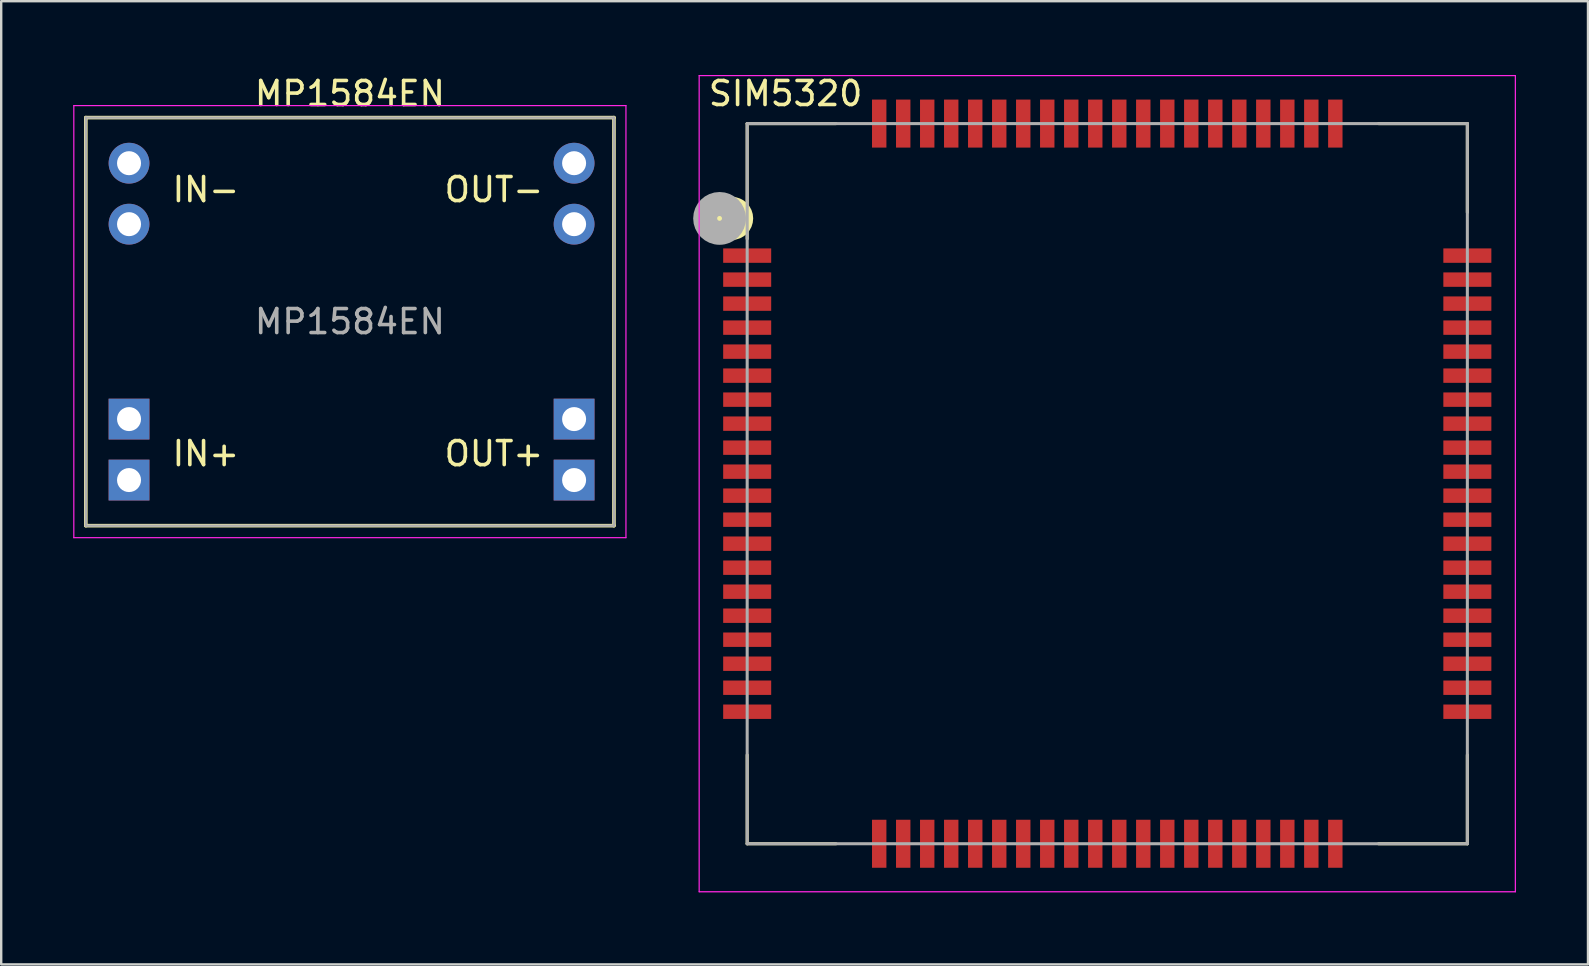
<source format=kicad_pcb>
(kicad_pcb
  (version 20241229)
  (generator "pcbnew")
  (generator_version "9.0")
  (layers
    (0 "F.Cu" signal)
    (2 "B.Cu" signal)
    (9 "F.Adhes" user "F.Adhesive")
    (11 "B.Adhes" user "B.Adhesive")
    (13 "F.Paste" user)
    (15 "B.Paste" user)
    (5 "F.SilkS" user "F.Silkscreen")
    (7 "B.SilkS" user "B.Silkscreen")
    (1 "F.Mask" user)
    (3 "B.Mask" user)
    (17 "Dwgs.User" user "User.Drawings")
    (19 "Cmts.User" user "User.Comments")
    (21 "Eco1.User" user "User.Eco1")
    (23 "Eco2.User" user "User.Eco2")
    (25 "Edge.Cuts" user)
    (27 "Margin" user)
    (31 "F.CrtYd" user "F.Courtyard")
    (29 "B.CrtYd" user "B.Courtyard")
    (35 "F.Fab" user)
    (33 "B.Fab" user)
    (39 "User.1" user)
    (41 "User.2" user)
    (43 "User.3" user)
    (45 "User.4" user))
  (footprint "SIM5320"
    (layer "F.Cu")
    (at 43.075 17.098)
    (property "Reference" "SIM5320" (at -13.4 -16.25 0) (layer "F.SilkS") (effects (font (size 1 1) (thickness 0.15))))
    (attr smd)
    (fp_line (start -15 -15) (end -11.3 -15) (stroke (width 0.127) (type solid)) (layer "F.SilkS"))
    (fp_line (start -15 -10.2) (end -15 -15) (stroke (width 0.127) (type solid)) (layer "F.SilkS"))
    (fp_line (start -15 15) (end -15 11.3) (stroke (width 0.127) (type solid)) (layer "F.SilkS"))
    (fp_line (start -11.3 15) (end -15 15) (stroke (width 0.127) (type solid)) (layer "F.SilkS"))
    (fp_line (start 11.3 -15) (end 15 -15) (stroke (width 0.127) (type solid)) (layer "F.SilkS"))
    (fp_line (start 15 -15) (end 15 -11.3) (stroke (width 0.127) (type solid)) (layer "F.SilkS"))
    (fp_line (start 15 11.3) (end 15 15) (stroke (width 0.127) (type solid)) (layer "F.SilkS"))
    (fp_line (start 15 15) (end 11.3 15) (stroke (width 0.127) (type solid)) (layer "F.SilkS"))
    (fp_circle (center -15.65 -11.05) (end -15.55 -11.05) (stroke (width 0.8) (type solid)) (fill no) (layer "F.SilkS"))
    (fp_line (start -17 -17) (end 17 -17) (stroke (width 0.05) (type solid)) (layer "F.CrtYd"))
    (fp_line (start -17 17) (end -17 -17) (stroke (width 0.05) (type solid)) (layer "F.CrtYd"))
    (fp_line (start 17 -17) (end 17 17) (stroke (width 0.05) (type solid)) (layer "F.CrtYd"))
    (fp_line (start 17 17) (end -17 17) (stroke (width 0.05) (type solid)) (layer "F.CrtYd"))
    (fp_line (start -15 -15) (end 15 -15) (stroke (width 0.127) (type solid)) (layer "F.Fab"))
    (fp_line (start -15 15) (end -15 -15) (stroke (width 0.127) (type solid)) (layer "F.Fab"))
    (fp_line (start 15 -15) (end 15 15) (stroke (width 0.127) (type solid)) (layer "F.Fab"))
    (fp_line (start 15 15) (end -15 15) (stroke (width 0.127) (type solid)) (layer "F.Fab"))
    (fp_circle (center -16.15 -11.05) (end -16.05 -11.05) (stroke (width 1) (type solid)) (fill no) (layer "F.Fab"))
    (pad "1" smd rect (at -15 -9.5) (size 2 0.6) (layers "F.Cu" "F.Mask" "F.Paste"))
    (pad "2" smd rect (at -15 -8.5) (size 2 0.6) (layers "F.Cu" "F.Mask" "F.Paste"))
    (pad "3" smd rect (at -15 -7.5) (size 2 0.6) (layers "F.Cu" "F.Mask" "F.Paste"))
    (pad "4" smd rect (at -15 -6.5) (size 2 0.6) (layers "F.Cu" "F.Mask" "F.Paste"))
    (pad "5" smd rect (at -15 -5.5) (size 2 0.6) (layers "F.Cu" "F.Mask" "F.Paste"))
    (pad "6" smd rect (at -15 -4.5) (size 2 0.6) (layers "F.Cu" "F.Mask" "F.Paste"))
    (pad "7" smd rect (at -15 -3.5) (size 2 0.6) (layers "F.Cu" "F.Mask" "F.Paste"))
    (pad "8" smd rect (at -15 -2.5) (size 2 0.6) (layers "F.Cu" "F.Mask" "F.Paste"))
    (pad "9" smd rect (at -15 -1.5) (size 2 0.6) (layers "F.Cu" "F.Mask" "F.Paste"))
    (pad "10" smd rect (at -15 -0.5) (size 2 0.6) (layers "F.Cu" "F.Mask" "F.Paste"))
    (pad "11" smd rect (at -15 0.5) (size 2 0.6) (layers "F.Cu" "F.Mask" "F.Paste"))
    (pad "12" smd rect (at -15 1.5) (size 2 0.6) (layers "F.Cu" "F.Mask" "F.Paste"))
    (pad "13" smd rect (at -15 2.5) (size 2 0.6) (layers "F.Cu" "F.Mask" "F.Paste"))
    (pad "14" smd rect (at -15 3.5) (size 2 0.6) (layers "F.Cu" "F.Mask" "F.Paste"))
    (pad "15" smd rect (at -15 4.5) (size 2 0.6) (layers "F.Cu" "F.Mask" "F.Paste"))
    (pad "16" smd rect (at -15 5.5) (size 2 0.6) (layers "F.Cu" "F.Mask" "F.Paste"))
    (pad "17" smd rect (at -15 6.5) (size 2 0.6) (layers "F.Cu" "F.Mask" "F.Paste"))
    (pad "18" smd rect (at -15 7.5) (size 2 0.6) (layers "F.Cu" "F.Mask" "F.Paste"))
    (pad "19" smd rect (at -15 8.5) (size 2 0.6) (layers "F.Cu" "F.Mask" "F.Paste"))
    (pad "20" smd rect (at -15 9.5) (size 2 0.6) (layers "F.Cu" "F.Mask" "F.Paste"))
    (pad "21" smd rect (at -9.5 15) (size 0.6 2) (layers "F.Cu" "F.Mask" "F.Paste"))
    (pad "22" smd rect (at -8.5 15) (size 0.6 2) (layers "F.Cu" "F.Mask" "F.Paste"))
    (pad "23" smd rect (at -7.5 15) (size 0.6 2) (layers "F.Cu" "F.Mask" "F.Paste"))
    (pad "24" smd rect (at -6.5 15) (size 0.6 2) (layers "F.Cu" "F.Mask" "F.Paste"))
    (pad "25" smd rect (at -5.5 15) (size 0.6 2) (layers "F.Cu" "F.Mask" "F.Paste"))
    (pad "26" smd rect (at -4.5 15) (size 0.6 2) (layers "F.Cu" "F.Mask" "F.Paste"))
    (pad "27" smd rect (at -3.5 15) (size 0.6 2) (layers "F.Cu" "F.Mask" "F.Paste"))
    (pad "28" smd rect (at -2.5 15) (size 0.6 2) (layers "F.Cu" "F.Mask" "F.Paste"))
    (pad "29" smd rect (at -1.5 15) (size 0.6 2) (layers "F.Cu" "F.Mask" "F.Paste"))
    (pad "30" smd rect (at -0.5 15) (size 0.6 2) (layers "F.Cu" "F.Mask" "F.Paste"))
    (pad "31" smd rect (at 0.5 15) (size 0.6 2) (layers "F.Cu" "F.Mask" "F.Paste"))
    (pad "32" smd rect (at 1.5 15) (size 0.6 2) (layers "F.Cu" "F.Mask" "F.Paste"))
    (pad "33" smd rect (at 2.5 15) (size 0.6 2) (layers "F.Cu" "F.Mask" "F.Paste"))
    (pad "34" smd rect (at 3.5 15) (size 0.6 2) (layers "F.Cu" "F.Mask" "F.Paste"))
    (pad "35" smd rect (at 4.5 15) (size 0.6 2) (layers "F.Cu" "F.Mask" "F.Paste"))
    (pad "36" smd rect (at 5.5 15) (size 0.6 2) (layers "F.Cu" "F.Mask" "F.Paste"))
    (pad "37" smd rect (at 6.5 15) (size 0.6 2) (layers "F.Cu" "F.Mask" "F.Paste"))
    (pad "38" smd rect (at 7.5 15) (size 0.6 2) (layers "F.Cu" "F.Mask" "F.Paste"))
    (pad "39" smd rect (at 8.5 15) (size 0.6 2) (layers "F.Cu" "F.Mask" "F.Paste"))
    (pad "40" smd rect (at 9.5 15) (size 0.6 2) (layers "F.Cu" "F.Mask" "F.Paste"))
    (pad "41" smd rect (at 15 9.5) (size 2 0.6) (layers "F.Cu" "F.Mask" "F.Paste"))
    (pad "42" smd rect (at 15 8.5) (size 2 0.6) (layers "F.Cu" "F.Mask" "F.Paste"))
    (pad "43" smd rect (at 15 7.5) (size 2 0.6) (layers "F.Cu" "F.Mask" "F.Paste"))
    (pad "44" smd rect (at 15 6.5) (size 2 0.6) (layers "F.Cu" "F.Mask" "F.Paste"))
    (pad "45" smd rect (at 15 5.5) (size 2 0.6) (layers "F.Cu" "F.Mask" "F.Paste"))
    (pad "46" smd rect (at 15 4.5) (size 2 0.6) (layers "F.Cu" "F.Mask" "F.Paste"))
    (pad "47" smd rect (at 15 3.5) (size 2 0.6) (layers "F.Cu" "F.Mask" "F.Paste"))
    (pad "48" smd rect (at 15 2.5) (size 2 0.6) (layers "F.Cu" "F.Mask" "F.Paste"))
    (pad "49" smd rect (at 15 1.5) (size 2 0.6) (layers "F.Cu" "F.Mask" "F.Paste"))
    (pad "50" smd rect (at 15 0.5) (size 2 0.6) (layers "F.Cu" "F.Mask" "F.Paste"))
    (pad "51" smd rect (at 15 -0.5) (size 2 0.6) (layers "F.Cu" "F.Mask" "F.Paste"))
    (pad "52" smd rect (at 15 -1.5) (size 2 0.6) (layers "F.Cu" "F.Mask" "F.Paste"))
    (pad "53" smd rect (at 15 -2.5) (size 2 0.6) (layers "F.Cu" "F.Mask" "F.Paste"))
    (pad "54" smd rect (at 15 -3.5) (size 2 0.6) (layers "F.Cu" "F.Mask" "F.Paste"))
    (pad "55" smd rect (at 15 -4.5) (size 2 0.6) (layers "F.Cu" "F.Mask" "F.Paste"))
    (pad "56" smd rect (at 15 -5.5) (size 2 0.6) (layers "F.Cu" "F.Mask" "F.Paste"))
    (pad "57" smd rect (at 15 -6.5) (size 2 0.6) (layers "F.Cu" "F.Mask" "F.Paste"))
    (pad "58" smd rect (at 15 -7.5) (size 2 0.6) (layers "F.Cu" "F.Mask" "F.Paste"))
    (pad "59" smd rect (at 15 -8.5) (size 2 0.6) (layers "F.Cu" "F.Mask" "F.Paste"))
    (pad "60" smd rect (at 15 -9.5) (size 2 0.6) (layers "F.Cu" "F.Mask" "F.Paste"))
    (pad "61" smd rect (at 9.5 -15) (size 0.6 2) (layers "F.Cu" "F.Mask" "F.Paste"))
    (pad "62" smd rect (at 8.5 -15) (size 0.6 2) (layers "F.Cu" "F.Mask" "F.Paste"))
    (pad "63" smd rect (at 7.5 -15) (size 0.6 2) (layers "F.Cu" "F.Mask" "F.Paste"))
    (pad "64" smd rect (at 6.5 -15) (size 0.6 2) (layers "F.Cu" "F.Mask" "F.Paste"))
    (pad "65" smd rect (at 5.5 -15) (size 0.6 2) (layers "F.Cu" "F.Mask" "F.Paste"))
    (pad "66" smd rect (at 4.5 -15) (size 0.6 2) (layers "F.Cu" "F.Mask" "F.Paste"))
    (pad "67" smd rect (at 3.5 -15) (size 0.6 2) (layers "F.Cu" "F.Mask" "F.Paste"))
    (pad "68" smd rect (at 2.5 -15) (size 0.6 2) (layers "F.Cu" "F.Mask" "F.Paste"))
    (pad "69" smd rect (at 1.5 -15) (size 0.6 2) (layers "F.Cu" "F.Mask" "F.Paste"))
    (pad "70" smd rect (at 0.5 -15) (size 0.6 2) (layers "F.Cu" "F.Mask" "F.Paste"))
    (pad "71" smd rect (at -0.5 -15) (size 0.6 2) (layers "F.Cu" "F.Mask" "F.Paste"))
    (pad "72" smd rect (at -1.5 -15) (size 0.6 2) (layers "F.Cu" "F.Mask" "F.Paste"))
    (pad "73" smd rect (at -2.5 -15) (size 0.6 2) (layers "F.Cu" "F.Mask" "F.Paste"))
    (pad "74" smd rect (at -3.5 -15) (size 0.6 2) (layers "F.Cu" "F.Mask" "F.Paste"))
    (pad "75" smd rect (at -4.5 -15) (size 0.6 2) (layers "F.Cu" "F.Mask" "F.Paste"))
    (pad "76" smd rect (at -5.5 -15) (size 0.6 2) (layers "F.Cu" "F.Mask" "F.Paste"))
    (pad "77" smd rect (at -6.5 -15) (size 0.6 2) (layers "F.Cu" "F.Mask" "F.Paste"))
    (pad "78" smd rect (at -7.5 -15) (size 0.6 2) (layers "F.Cu" "F.Mask" "F.Paste"))
    (pad "79" smd rect (at -8.5 -15) (size 0.6 2) (layers "F.Cu" "F.Mask" "F.Paste"))
    (pad "80" smd rect (at -9.5 -15) (size 0.6 2) (layers "F.Cu" "F.Mask" "F.Paste")))
  (footprint "MP1584EN"
    (layer "F.Cu")
    (at 11.525 10.348)
    (property "Reference" "MP1584EN" (at 0 -9.5 0) (layer "F.SilkS") (effects (font (size 1 1) (thickness 0.15))))
    (attr through_hole)
    (fp_line (start -11 -8.5) (end 11 -8.5) (stroke (width 0.15) (type solid)) (layer "F.SilkS"))
    (fp_line (start -11 8.5) (end -11 -8.5) (stroke (width 0.15) (type solid)) (layer "F.SilkS"))
    (fp_line (start -11 8.5) (end 11 8.5) (stroke (width 0.15) (type solid)) (layer "F.SilkS"))
    (fp_line (start 11 8.5) (end 11 -8.5) (stroke (width 0.15) (type solid)) (layer "F.SilkS"))
    (fp_line (start -11.5 -9) (end 11.5 -9) (stroke (width 0.05) (type solid)) (layer "F.CrtYd"))
    (fp_line (start -11.5 9) (end -11.5 -9) (stroke (width 0.05) (type solid)) (layer "F.CrtYd"))
    (fp_line (start 11.5 -9) (end 11.5 9) (stroke (width 0.05) (type solid)) (layer "F.CrtYd"))
    (fp_line (start 11.5 9) (end -11.5 9) (stroke (width 0.05) (type solid)) (layer "F.CrtYd"))
    (fp_line (start -11 -8.5) (end -11 8.5) (stroke (width 0.1) (type solid)) (layer "F.Fab"))
    (fp_line (start -11 8.5) (end 11 8.5) (stroke (width 0.1) (type solid)) (layer "F.Fab"))
    (fp_line (start 11 -8.5) (end -11 -8.5) (stroke (width 0.1) (type solid)) (layer "F.Fab"))
    (fp_line (start 11 8.5) (end 11 -8.5) (stroke (width 0.1) (type solid)) (layer "F.Fab"))
    (fp_text user "OUT+" (at 6 5.5 0) (layer "F.SilkS") (effects (font (size 1 1) (thickness 0.15))))
    (fp_text user "IN+" (at -6 5.5 0) (layer "F.SilkS") (effects (font (size 1 1) (thickness 0.15))))
    (fp_text user "IN-" (at -6 -5.5 0) (layer "F.SilkS") (effects (font (size 1 1) (thickness 0.15))))
    (fp_text user "OUT-" (at 6 -5.5 0) (layer "F.SilkS") (effects (font (size 1 1) (thickness 0.15))))
    (fp_text user "${REFERENCE}" (at 0 0 0) (layer "F.Fab") (effects (font (size 1 1) (thickness 0.15))))
    (pad "1" thru_hole rect (at -9.2 6.6 180) (size 1.7 1.7) (drill 1) (layers "*.Cu" "*.Mask"))
    (pad "2" thru_hole rect (at -9.2 4.06 180) (size 1.7 1.7) (drill 1) (layers "*.Cu" "*.Mask"))
    (pad "3" thru_hole circle (at -9.2 -4.06) (size 1.7 1.7) (drill 1) (layers "*.Cu" "*.Mask"))
    (pad "4" thru_hole circle (at -9.2 -6.6) (size 1.7 1.7) (drill 1) (layers "*.Cu" "*.Mask"))
    (pad "5" thru_hole rect (at 9.34 6.6 180) (size 1.7 1.7) (drill 1) (layers "*.Cu" "*.Mask"))
    (pad "6" thru_hole rect (at 9.34 4.06 180) (size 1.7 1.7) (drill 1) (layers "*.Cu" "*.Mask"))
    (pad "7" thru_hole circle (at 9.34 -4.06) (size 1.7 1.7) (drill 1) (layers "*.Cu" "*.Mask"))
    (pad "8" thru_hole circle (at 9.34 -6.6) (size 1.7 1.7) (drill 1) (layers "*.Cu" "*.Mask")))
  (gr_rect
    (start -3 -3)
    (end 63.1 37.123)
    (stroke (width 0.1) (type default))
    (fill no)
    (layer "Edge.Cuts")))
</source>
